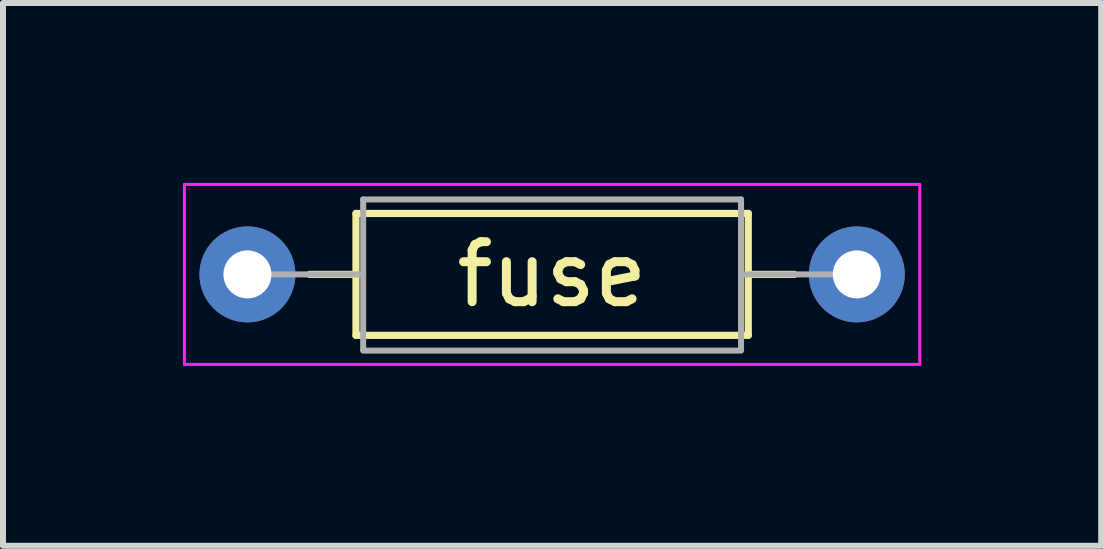
<source format=kicad_pcb>
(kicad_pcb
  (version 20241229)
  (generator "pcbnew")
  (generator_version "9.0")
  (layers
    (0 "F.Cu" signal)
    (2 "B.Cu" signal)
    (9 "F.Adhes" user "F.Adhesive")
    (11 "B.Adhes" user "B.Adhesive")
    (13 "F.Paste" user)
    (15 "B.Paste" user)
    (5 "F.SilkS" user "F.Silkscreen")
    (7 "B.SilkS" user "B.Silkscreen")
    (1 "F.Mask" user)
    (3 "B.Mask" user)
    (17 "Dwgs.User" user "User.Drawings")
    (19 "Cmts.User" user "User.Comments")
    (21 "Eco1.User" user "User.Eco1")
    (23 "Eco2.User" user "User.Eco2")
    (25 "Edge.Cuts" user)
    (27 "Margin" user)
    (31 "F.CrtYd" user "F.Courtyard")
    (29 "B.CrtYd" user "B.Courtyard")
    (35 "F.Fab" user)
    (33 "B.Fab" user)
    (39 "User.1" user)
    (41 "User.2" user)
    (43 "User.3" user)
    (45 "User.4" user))
  (footprint "fuse"
    (layer "F.Cu")
    (at 1.075 1.525)
    (property "Reference" "fuse" (at 5.08 0 180) (layer "F.SilkS") (effects (font (size 1 1) (thickness 0.15))))
    (attr through_hole)
    (fp_line (start 1.04 0) (end 1.81 0) (stroke (width 0.12) (type solid)) (layer "F.SilkS"))
    (fp_line (start 1.81 -1.016) (end 1.81 1.016) (stroke (width 0.12) (type solid)) (layer "F.SilkS"))
    (fp_line (start 1.81 1.016) (end 8.35 1.016) (stroke (width 0.12) (type solid)) (layer "F.SilkS"))
    (fp_line (start 8.35 -1.016) (end 1.81 -1.016) (stroke (width 0.12) (type solid)) (layer "F.SilkS"))
    (fp_line (start 8.35 1.016) (end 8.35 -1.016) (stroke (width 0.12) (type solid)) (layer "F.SilkS"))
    (fp_line (start 9.12 0) (end 8.35 0) (stroke (width 0.12) (type solid)) (layer "F.SilkS"))
    (fp_line (start -1.05 -1.5) (end -1.05 1.5) (stroke (width 0.05) (type solid)) (layer "F.CrtYd"))
    (fp_line (start -1.05 1.5) (end 11.21 1.5) (stroke (width 0.05) (type solid)) (layer "F.CrtYd"))
    (fp_line (start 11.21 -1.5) (end -1.05 -1.5) (stroke (width 0.05) (type solid)) (layer "F.CrtYd"))
    (fp_line (start 11.21 1.5) (end 11.21 -1.5) (stroke (width 0.05) (type solid)) (layer "F.CrtYd"))
    (fp_line (start 0 0) (end 1.93 0) (stroke (width 0.1) (type solid)) (layer "F.Fab"))
    (fp_line (start 1.93 -1.25) (end 1.93 1.25) (stroke (width 0.1) (type solid)) (layer "F.Fab"))
    (fp_line (start 1.93 1.27) (end 8.23 1.27) (stroke (width 0.1) (type solid)) (layer "F.Fab"))
    (fp_line (start 8.23 -1.25) (end 1.93 -1.25) (stroke (width 0.1) (type solid)) (layer "F.Fab"))
    (fp_line (start 8.23 1.25) (end 8.23 -1.25) (stroke (width 0.1) (type solid)) (layer "F.Fab"))
    (fp_line (start 10.16 0) (end 8.23 0) (stroke (width 0.1) (type solid)) (layer "F.Fab"))
    (pad "1" thru_hole circle (at 0 0) (size 1.6 1.6) (drill 0.8) (layers "*.Cu" "*.Mask"))
    (pad "2" thru_hole oval (at 10.16 0) (size 1.6 1.6) (drill 0.8) (layers "*.Cu" "*.Mask")))
  (gr_rect
    (start -3 -3)
    (end 15.31 6.05)
    (stroke (width 0.1) (type default))
    (fill no)
    (layer "Edge.Cuts")))
</source>
